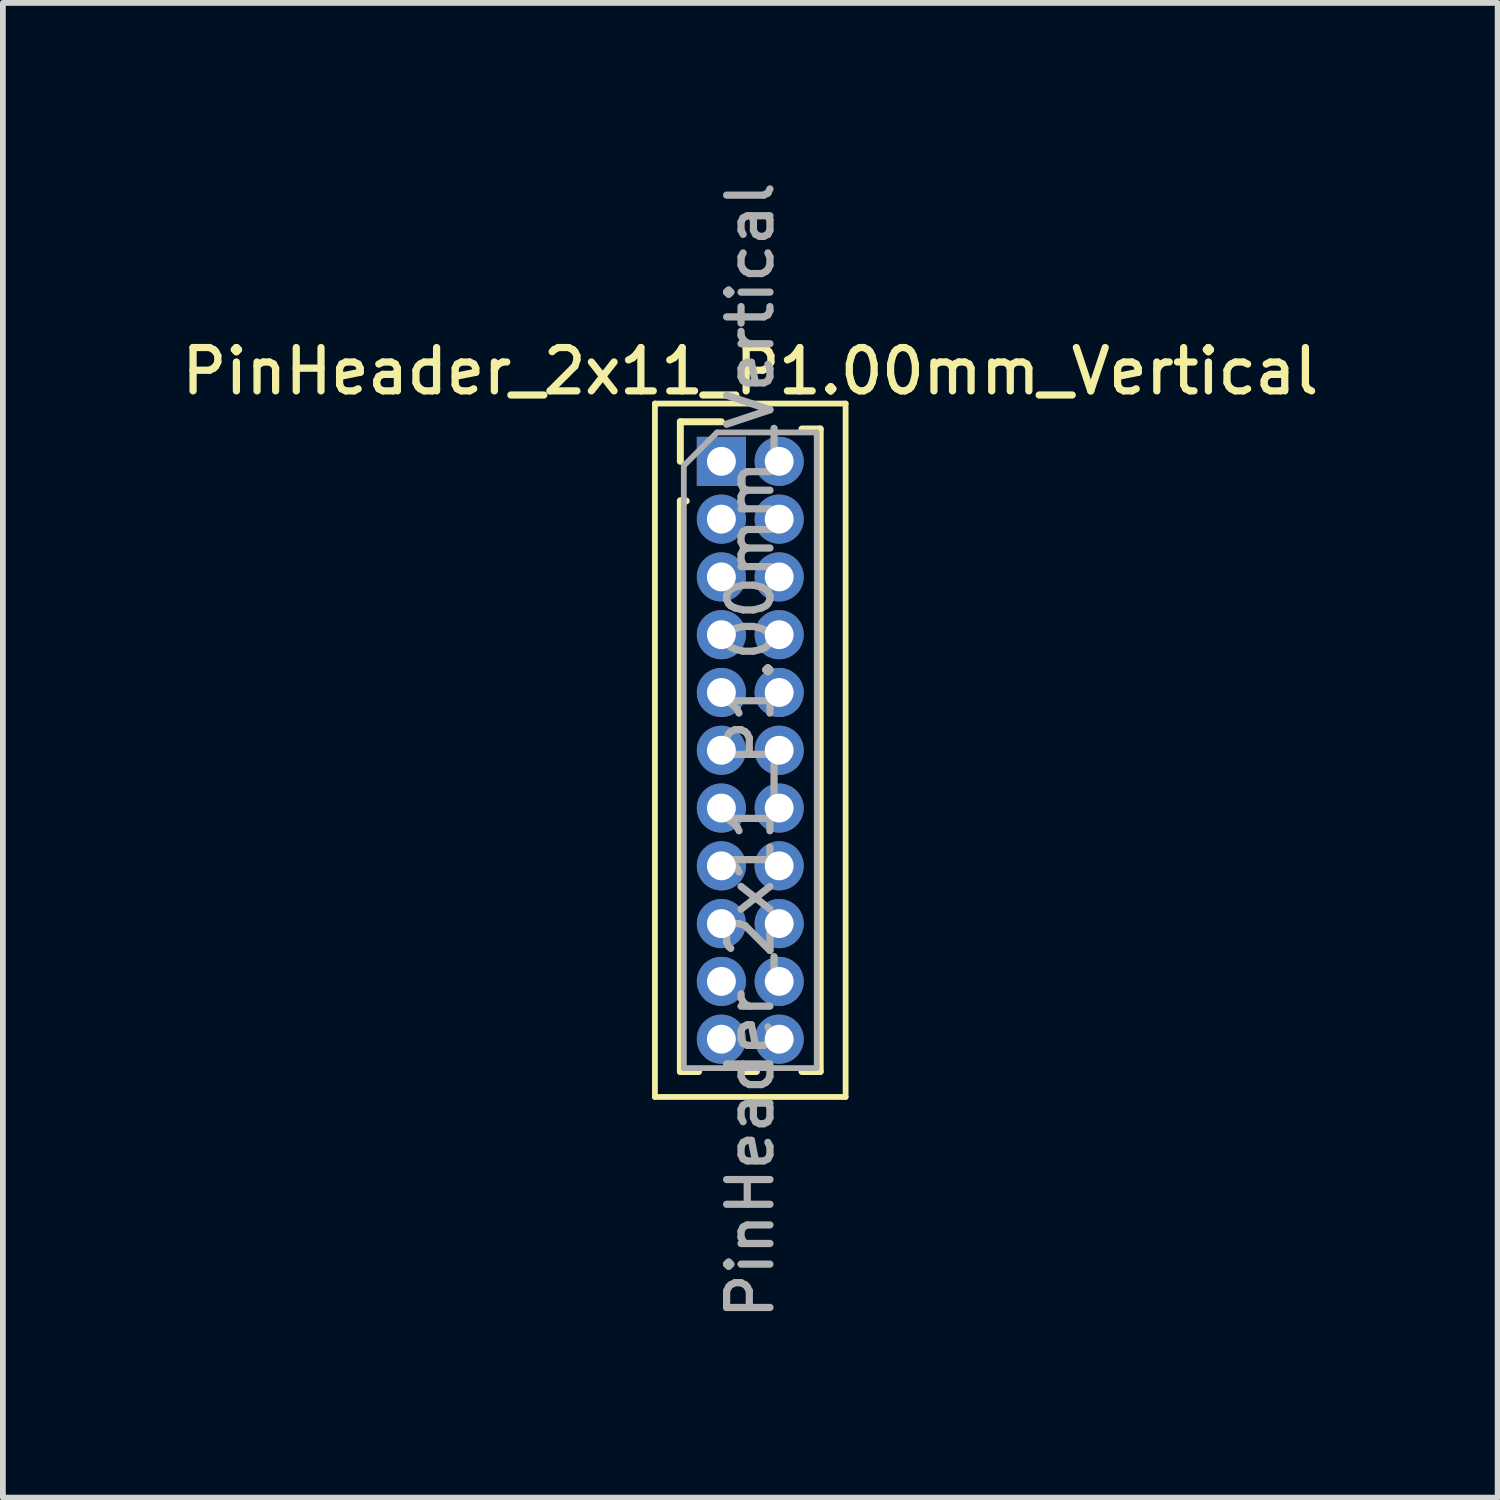
<source format=kicad_pcb>
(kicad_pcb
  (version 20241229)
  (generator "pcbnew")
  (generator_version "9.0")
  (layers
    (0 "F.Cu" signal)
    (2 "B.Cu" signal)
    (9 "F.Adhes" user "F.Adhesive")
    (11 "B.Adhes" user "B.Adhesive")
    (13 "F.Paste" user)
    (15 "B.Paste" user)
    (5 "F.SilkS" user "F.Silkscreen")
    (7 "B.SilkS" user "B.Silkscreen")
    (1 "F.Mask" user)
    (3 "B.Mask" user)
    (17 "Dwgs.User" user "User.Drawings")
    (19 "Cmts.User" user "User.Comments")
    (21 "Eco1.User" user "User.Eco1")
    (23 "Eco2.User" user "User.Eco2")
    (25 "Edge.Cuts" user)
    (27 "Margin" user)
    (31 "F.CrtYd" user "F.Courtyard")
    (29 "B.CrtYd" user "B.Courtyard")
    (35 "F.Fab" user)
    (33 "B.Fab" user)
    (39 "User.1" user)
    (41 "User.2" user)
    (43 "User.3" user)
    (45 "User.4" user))
  (footprint "PinHeader_2x11_P1.00mm_Vertical"
    (layer "F.Cu")
    (at 9.434 4.934)
    (property "Reference" "PinHeader_2x11_P1.00mm_Vertical" (at 0.5 -1.56 0) (layer "F.SilkS") (effects (font (size 0.75 0.75) (thickness 0.125))))
    (attr through_hole)
    (fp_line (start -1.15 -1) (end -1.15 11) (stroke (width 0.1) (type solid)) (layer "F.SilkS"))
    (fp_line (start -1.15 11) (end 2.15 11) (stroke (width 0.1) (type solid)) (layer "F.SilkS"))
    (fp_line (start -0.71 -0.685) (end 0 -0.685) (stroke (width 0.12) (type solid)) (layer "F.SilkS"))
    (fp_line (start -0.71 0) (end -0.71 -0.685) (stroke (width 0.12) (type solid)) (layer "F.SilkS"))
    (fp_line (start -0.71 0.685) (end -0.71 10.56) (stroke (width 0.12) (type solid)) (layer "F.SilkS"))
    (fp_line (start -0.71 0.685) (end -0.608 0.685) (stroke (width 0.12) (type solid)) (layer "F.SilkS"))
    (fp_line (start -0.71 10.56) (end -0.394 10.56) (stroke (width 0.12) (type solid)) (layer "F.SilkS"))
    (fp_line (start 0.394 10.56) (end 0.606 10.56) (stroke (width 0.12) (type solid)) (layer "F.SilkS"))
    (fp_line (start 1.394 -0.56) (end 1.71 -0.56) (stroke (width 0.12) (type solid)) (layer "F.SilkS"))
    (fp_line (start 1.394 10.56) (end 1.71 10.56) (stroke (width 0.12) (type solid)) (layer "F.SilkS"))
    (fp_line (start 1.71 -0.56) (end 1.71 10.56) (stroke (width 0.12) (type solid)) (layer "F.SilkS"))
    (fp_line (start 2.15 -1) (end -1.15 -1) (stroke (width 0.1) (type solid)) (layer "F.SilkS"))
    (fp_line (start 2.15 11) (end 2.15 -1) (stroke (width 0.1) (type solid)) (layer "F.SilkS"))
    (fp_line (start -0.65 0.075) (end -0.075 -0.5) (stroke (width 0.1) (type solid)) (layer "F.Fab"))
    (fp_line (start -0.65 10.5) (end -0.65 0.075) (stroke (width 0.1) (type solid)) (layer "F.Fab"))
    (fp_line (start -0.075 -0.5) (end 1.65 -0.5) (stroke (width 0.1) (type solid)) (layer "F.Fab"))
    (fp_line (start 1.65 -0.5) (end 1.65 10.5) (stroke (width 0.1) (type solid)) (layer "F.Fab"))
    (fp_line (start 1.65 10.5) (end -0.65 10.5) (stroke (width 0.1) (type solid)) (layer "F.Fab"))
    (fp_text user "${REFERENCE}" (at 0.5 5 90) (layer "F.Fab") (effects (font (size 0.75 0.75) (thickness 0.125))))
    (pad "1" thru_hole rect (at 0 0) (size 0.85 0.85) (drill 0.5) (layers "*.Cu" "*.Mask"))
    (pad "2" thru_hole oval (at 1 0) (size 0.85 0.85) (drill 0.5) (layers "*.Cu" "*.Mask"))
    (pad "3" thru_hole oval (at 0 1) (size 0.85 0.85) (drill 0.5) (layers "*.Cu" "*.Mask"))
    (pad "4" thru_hole oval (at 1 1) (size 0.85 0.85) (drill 0.5) (layers "*.Cu" "*.Mask"))
    (pad "5" thru_hole oval (at 0 2) (size 0.85 0.85) (drill 0.5) (layers "*.Cu" "*.Mask"))
    (pad "6" thru_hole oval (at 1 2) (size 0.85 0.85) (drill 0.5) (layers "*.Cu" "*.Mask"))
    (pad "7" thru_hole oval (at 0 3) (size 0.85 0.85) (drill 0.5) (layers "*.Cu" "*.Mask"))
    (pad "8" thru_hole oval (at 1 3) (size 0.85 0.85) (drill 0.5) (layers "*.Cu" "*.Mask"))
    (pad "9" thru_hole oval (at 0 4) (size 0.85 0.85) (drill 0.5) (layers "*.Cu" "*.Mask"))
    (pad "10" thru_hole oval (at 1 4) (size 0.85 0.85) (drill 0.5) (layers "*.Cu" "*.Mask"))
    (pad "11" thru_hole oval (at 0 5) (size 0.85 0.85) (drill 0.5) (layers "*.Cu" "*.Mask"))
    (pad "12" thru_hole oval (at 1 5) (size 0.85 0.85) (drill 0.5) (layers "*.Cu" "*.Mask"))
    (pad "13" thru_hole oval (at 0 6) (size 0.85 0.85) (drill 0.5) (layers "*.Cu" "*.Mask"))
    (pad "14" thru_hole oval (at 1 6) (size 0.85 0.85) (drill 0.5) (layers "*.Cu" "*.Mask"))
    (pad "15" thru_hole oval (at 0 7) (size 0.85 0.85) (drill 0.5) (layers "*.Cu" "*.Mask"))
    (pad "16" thru_hole oval (at 1 7) (size 0.85 0.85) (drill 0.5) (layers "*.Cu" "*.Mask"))
    (pad "17" thru_hole oval (at 0 8) (size 0.85 0.85) (drill 0.5) (layers "*.Cu" "*.Mask"))
    (pad "18" thru_hole oval (at 1 8) (size 0.85 0.85) (drill 0.5) (layers "*.Cu" "*.Mask"))
    (pad "19" thru_hole oval (at 0 9) (size 0.85 0.85) (drill 0.5) (layers "*.Cu" "*.Mask"))
    (pad "20" thru_hole oval (at 1 9) (size 0.85 0.85) (drill 0.5) (layers "*.Cu" "*.Mask"))
    (pad "21" thru_hole oval (at 0 10) (size 0.85 0.85) (drill 0.5) (layers "*.Cu" "*.Mask"))
    (pad "22" thru_hole oval (at 1 10) (size 0.85 0.85) (drill 0.5) (layers "*.Cu" "*.Mask")))
  (gr_rect
    (start -3 -3)
    (end 22.868 22.868)
    (stroke (width 0.1) (type default))
    (fill no)
    (layer "Edge.Cuts")))
</source>
